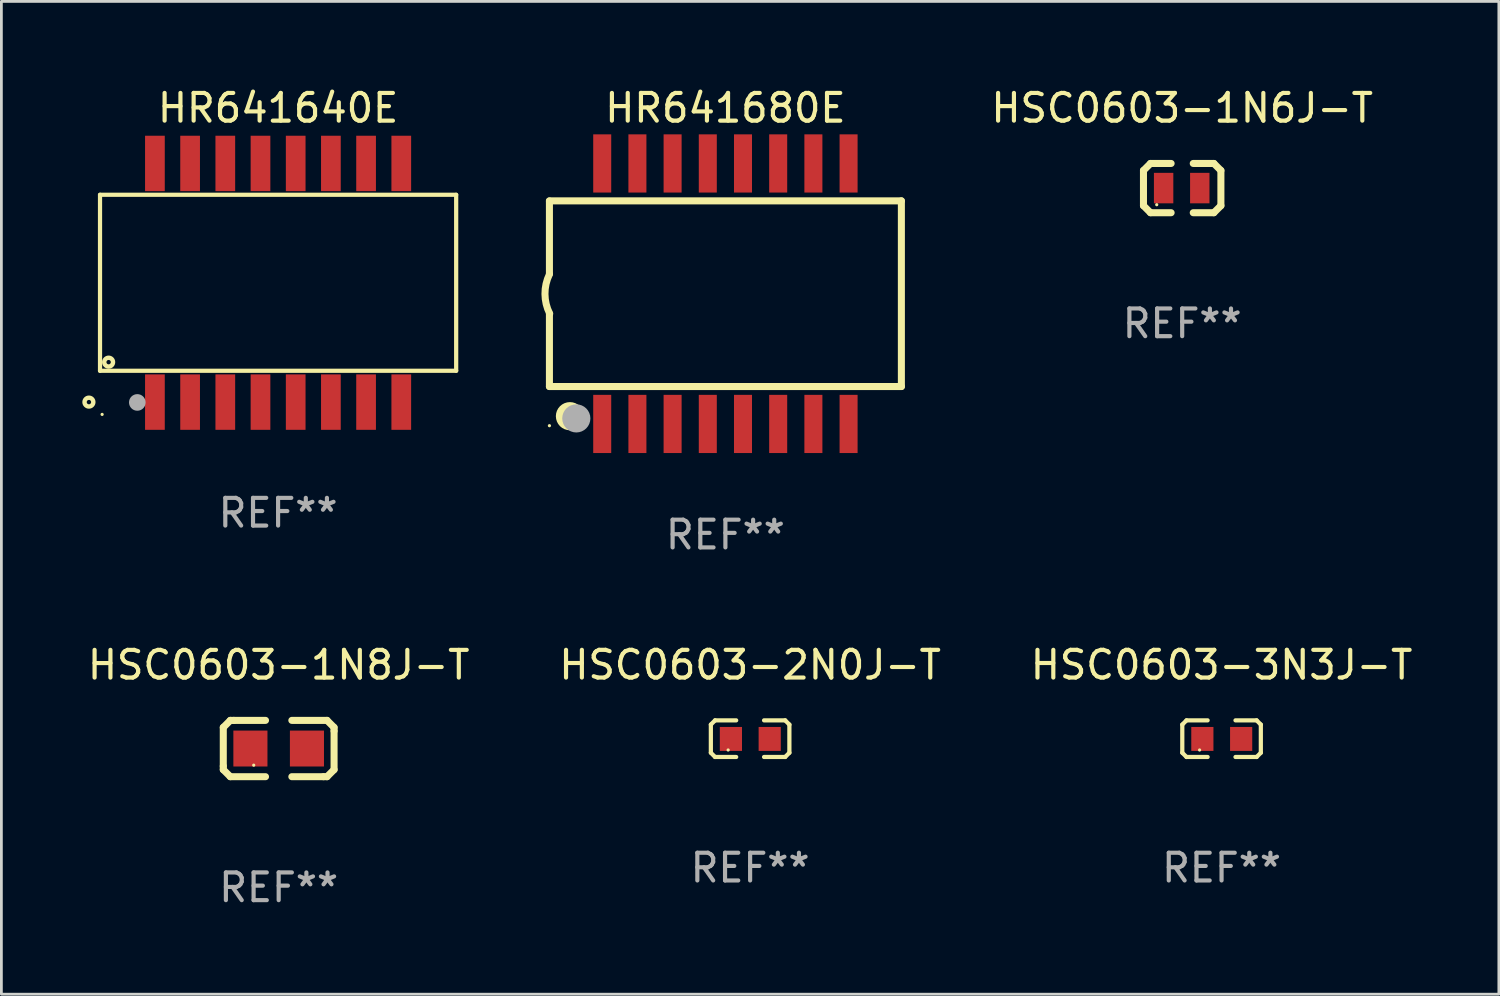
<source format=kicad_pcb>
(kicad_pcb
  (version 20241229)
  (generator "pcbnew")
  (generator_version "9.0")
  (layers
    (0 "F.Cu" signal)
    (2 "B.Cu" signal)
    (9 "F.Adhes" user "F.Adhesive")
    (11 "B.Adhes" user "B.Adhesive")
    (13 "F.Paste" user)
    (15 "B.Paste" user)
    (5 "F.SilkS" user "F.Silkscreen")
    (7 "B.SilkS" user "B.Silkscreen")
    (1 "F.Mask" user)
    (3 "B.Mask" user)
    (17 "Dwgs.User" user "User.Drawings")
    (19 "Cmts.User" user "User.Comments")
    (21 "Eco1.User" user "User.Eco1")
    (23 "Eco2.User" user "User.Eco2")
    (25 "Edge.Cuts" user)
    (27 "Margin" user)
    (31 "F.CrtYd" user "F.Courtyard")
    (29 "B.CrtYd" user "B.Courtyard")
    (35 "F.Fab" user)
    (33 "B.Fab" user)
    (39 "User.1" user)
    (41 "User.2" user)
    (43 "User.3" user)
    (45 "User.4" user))
  (footprint "HR641680E"
    (layer "F.Cu")
    (at 23.126 7.548)
    (property "Reference" "HR641680E" (at 0 -6.7 0) (layer "F.SilkS") (effects (font (size 1 1) (thickness 0.15))))
    (attr through_hole)
    (fp_line (start -6.35 -0.715) (end -6.35 -3.345) (stroke (width 0.254) (type solid)) (layer "F.SilkS"))
    (fp_line (start -6.35 -3.35) (end 6.35 -3.35) (stroke (width 0.254) (type solid)) (layer "F.SilkS"))
    (fp_line (start -6.35 3.35) (end -6.35 0.72) (stroke (width 0.254) (type solid)) (layer "F.SilkS"))
    (fp_line (start -6.35 3.35) (end 6.35 3.35) (stroke (width 0.254) (type solid)) (layer "F.SilkS"))
    (fp_line (start 6.35 3.35) (end 6.35 -3.35) (stroke (width 0.254) (type solid)) (layer "F.SilkS"))
    (fp_arc (start -6.339953 0.720041) (mid -6.510973 0.011213) (end -6.349936 -0.699949) (stroke (width 0.254001) (type solid)) (layer "F.SilkS"))
    (fp_circle (center -6.35 4.763) (end -6.32 4.763) (stroke (width 0.06) (type solid)) (fill no) (layer "F.SilkS"))
    (fp_circle (center -5.61 4.42) (end -5.356 4.42) (stroke (width 0.508) (type solid)) (fill no) (layer "F.SilkS"))
    (fp_circle (center -5.38 4.5) (end -5.126 4.5) (stroke (width 0.508) (type solid)) (fill no) (layer "F.Fab"))
    (fp_text user "REF**" (at 0 8.7 0) (layer "F.Fab") (effects (font (size 1 1) (thickness 0.15))))
    (pad "1" smd rect (at -4.445 4.7 90) (size 2.1 0.65) (layers "F.Cu" "F.Mask" "F.Paste"))
    (pad "2" smd rect (at -3.175 4.7 90) (size 2.1 0.65) (layers "F.Cu" "F.Mask" "F.Paste"))
    (pad "3" smd rect (at -1.905 4.7 90) (size 2.1 0.65) (layers "F.Cu" "F.Mask" "F.Paste"))
    (pad "4" smd rect (at -0.635 4.7 90) (size 2.1 0.65) (layers "F.Cu" "F.Mask" "F.Paste"))
    (pad "5" smd rect (at 0.635 4.7 90) (size 2.1 0.65) (layers "F.Cu" "F.Mask" "F.Paste"))
    (pad "6" smd rect (at 1.905 4.7 90) (size 2.1 0.65) (layers "F.Cu" "F.Mask" "F.Paste"))
    (pad "7" smd rect (at 3.175 4.7 90) (size 2.1 0.65) (layers "F.Cu" "F.Mask" "F.Paste"))
    (pad "8" smd rect (at 4.445 4.7 90) (size 2.1 0.65) (layers "F.Cu" "F.Mask" "F.Paste"))
    (pad "9" smd rect (at 4.445 -4.7 90) (size 2.1 0.65) (layers "F.Cu" "F.Mask" "F.Paste"))
    (pad "10" smd rect (at 3.175 -4.7 90) (size 2.1 0.65) (layers "F.Cu" "F.Mask" "F.Paste"))
    (pad "11" smd rect (at 1.905 -4.7 90) (size 2.1 0.65) (layers "F.Cu" "F.Mask" "F.Paste"))
    (pad "12" smd rect (at 0.635 -4.7 90) (size 2.1 0.65) (layers "F.Cu" "F.Mask" "F.Paste"))
    (pad "13" smd rect (at -0.635 -4.7 90) (size 2.1 0.65) (layers "F.Cu" "F.Mask" "F.Paste"))
    (pad "14" smd rect (at -1.905 -4.7 90) (size 2.1 0.65) (layers "F.Cu" "F.Mask" "F.Paste"))
    (pad "15" smd rect (at -3.175 -4.7 90) (size 2.1 0.65) (layers "F.Cu" "F.Mask" "F.Paste"))
    (pad "16" smd rect (at -4.445 -4.7 90) (size 2.1 0.65) (layers "F.Cu" "F.Mask" "F.Paste")))
  (footprint "HSC0603-1N8J-T"
    (layer "F.Cu")
    (at 7.006 23.961)
    (property "Reference" "HSC0603-1N8J-T" (at 0 -3.016 0) (layer "F.SilkS") (effects (font (size 1 1) (thickness 0.15))))
    (attr through_hole)
    (fp_line (start -1.999 -0.762) (end -1.999 0.635) (stroke (width 0.254) (type solid)) (layer "F.SilkS"))
    (fp_line (start -1.999 0.635) (end -1.999 0.762) (stroke (width 0.254) (type solid)) (layer "F.SilkS"))
    (fp_line (start -1.999 0.762) (end -1.745 1.016) (stroke (width 0.254) (type solid)) (layer "F.SilkS"))
    (fp_line (start -1.745 -1.016) (end -1.999 -0.762) (stroke (width 0.254) (type solid)) (layer "F.SilkS"))
    (fp_line (start -1.745 1.016) (end -0.475 1.016) (stroke (width 0.254) (type solid)) (layer "F.SilkS"))
    (fp_line (start -1.618 -1.016) (end -1.745 -1.016) (stroke (width 0.254) (type solid)) (layer "F.SilkS"))
    (fp_line (start -0.475 -1.016) (end -1.618 -1.016) (stroke (width 0.254) (type solid)) (layer "F.SilkS"))
    (fp_line (start 0.475 1.016) (end 1.618 1.016) (stroke (width 0.254) (type solid)) (layer "F.SilkS"))
    (fp_line (start 1.618 1.016) (end 1.745 1.016) (stroke (width 0.254) (type solid)) (layer "F.SilkS"))
    (fp_line (start 1.745 -1.016) (end 0.475 -1.016) (stroke (width 0.254) (type solid)) (layer "F.SilkS"))
    (fp_line (start 1.745 1.016) (end 1.999 0.762) (stroke (width 0.254) (type solid)) (layer "F.SilkS"))
    (fp_line (start 1.999 -0.762) (end 1.745 -1.016) (stroke (width 0.254) (type solid)) (layer "F.SilkS"))
    (fp_line (start 1.999 -0.635) (end 1.999 -0.762) (stroke (width 0.254) (type solid)) (layer "F.SilkS"))
    (fp_line (start 1.999 0.762) (end 1.999 -0.635) (stroke (width 0.254) (type solid)) (layer "F.SilkS"))
    (fp_circle (center -0.9 0.6) (end -0.87 0.6) (stroke (width 0.06) (type solid)) (fill no) (layer "F.SilkS"))
    (fp_text user "REF**" (at 0 5.016 0) (layer "F.Fab") (effects (font (size 1 1) (thickness 0.15))))
    (pad "1" smd rect (at -1.02 0) (size 1.23 1.296) (layers "F.Cu" "F.Mask" "F.Paste"))
    (pad "2" smd rect (at 1.02 0) (size 1.23 1.296) (layers "F.Cu" "F.Mask" "F.Paste")))
  (footprint "HSC0603-1N6J-T"
    (layer "F.Cu")
    (at 39.609 3.737)
    (property "Reference" "HSC0603-1N6J-T" (at 0 -2.889 0) (layer "F.SilkS") (effects (font (size 1 1) (thickness 0.15))))
    (attr through_hole)
    (fp_line (start -1.397 -0.635) (end -1.397 0.635) (stroke (width 0.254) (type solid)) (layer "F.SilkS"))
    (fp_line (start -1.397 0.635) (end -1.143 0.889) (stroke (width 0.254) (type solid)) (layer "F.SilkS"))
    (fp_line (start -1.143 -0.889) (end -1.397 -0.635) (stroke (width 0.254) (type solid)) (layer "F.SilkS"))
    (fp_line (start -1.143 -0.889) (end -0.399 -0.889) (stroke (width 0.254) (type solid)) (layer "F.SilkS"))
    (fp_line (start -1.143 0.889) (end -0.399 0.889) (stroke (width 0.254) (type solid)) (layer "F.SilkS"))
    (fp_line (start 1.143 -0.889) (end 0.399 -0.889) (stroke (width 0.254) (type solid)) (layer "F.SilkS"))
    (fp_line (start 1.143 0.889) (end 0.399 0.889) (stroke (width 0.254) (type solid)) (layer "F.SilkS"))
    (fp_line (start 1.143 0.889) (end 1.397 0.635) (stroke (width 0.254) (type solid)) (layer "F.SilkS"))
    (fp_line (start 1.397 -0.635) (end 1.143 -0.889) (stroke (width 0.254) (type solid)) (layer "F.SilkS"))
    (fp_line (start 1.397 0.635) (end 1.397 -0.635) (stroke (width 0.254) (type solid)) (layer "F.SilkS"))
    (fp_circle (center -0.918 0.6) (end -0.888 0.6) (stroke (width 0.06) (type solid)) (fill no) (layer "F.SilkS"))
    (fp_text user "REF**" (at 0 4.889 0) (layer "F.Fab") (effects (font (size 1 1) (thickness 0.15))))
    (pad "1" smd rect (at -0.67 0) (size 0.7 1.1) (layers "F.Cu" "F.Mask" "F.Paste"))
    (pad "2" smd rect (at 0.635 0) (size 0.7 1.1) (layers "F.Cu" "F.Mask" "F.Paste")))
  (footprint "HR641640E"
    (layer "F.Cu")
    (at 6.985 7.154)
    (property "Reference" "HR641640E" (at 0 -6.306 0) (layer "F.SilkS") (effects (font (size 1 1) (thickness 0.15))))
    (attr through_hole)
    (fp_line (start -6.426 -3.175) (end 6.426 -3.175) (stroke (width 0.152) (type solid)) (layer "F.SilkS"))
    (fp_line (start -6.426 3.175) (end -6.426 -3.175) (stroke (width 0.152) (type solid)) (layer "F.SilkS"))
    (fp_line (start 6.426 -3.175) (end 6.426 3.175) (stroke (width 0.152) (type solid)) (layer "F.SilkS"))
    (fp_line (start 6.426 3.175) (end -6.426 3.175) (stroke (width 0.152) (type solid)) (layer "F.SilkS"))
    (fp_circle (center -6.826 4.306) (end -6.747 4.306) (stroke (width 0.159) (type solid)) (fill no) (layer "F.SilkS"))
    (fp_circle (center -6.35 4.75) (end -6.32 4.75) (stroke (width 0.06) (type solid)) (fill no) (layer "F.SilkS"))
    (fp_circle (center -6.115 2.864) (end -6.036 2.864) (stroke (width 0.159) (type solid)) (fill no) (layer "F.SilkS"))
    (fp_circle (center -5.08 4.318) (end -4.93 4.318) (stroke (width 0.3) (type solid)) (fill no) (layer "F.Fab"))
    (fp_text user "REF**" (at 0 8.306 0) (layer "F.Fab") (effects (font (size 1 1) (thickness 0.15))))
    (pad "1" smd rect (at -4.445 4.306) (size 0.711 2) (layers "F.Cu" "F.Mask" "F.Paste"))
    (pad "2" smd rect (at -3.175 4.306) (size 0.711 2) (layers "F.Cu" "F.Mask" "F.Paste"))
    (pad "3" smd rect (at -1.905 4.306) (size 0.711 2) (layers "F.Cu" "F.Mask" "F.Paste"))
    (pad "4" smd rect (at -0.635 4.306) (size 0.711 2) (layers "F.Cu" "F.Mask" "F.Paste"))
    (pad "5" smd rect (at 0.635 4.306) (size 0.711 2) (layers "F.Cu" "F.Mask" "F.Paste"))
    (pad "6" smd rect (at 1.905 4.306) (size 0.711 2) (layers "F.Cu" "F.Mask" "F.Paste"))
    (pad "7" smd rect (at 3.175 4.306) (size 0.711 2) (layers "F.Cu" "F.Mask" "F.Paste"))
    (pad "8" smd rect (at 4.445 4.306) (size 0.711 2) (layers "F.Cu" "F.Mask" "F.Paste"))
    (pad "9" smd rect (at 4.445 -4.306) (size 0.711 2) (layers "F.Cu" "F.Mask" "F.Paste"))
    (pad "10" smd rect (at 3.175 -4.306) (size 0.711 2) (layers "F.Cu" "F.Mask" "F.Paste"))
    (pad "11" smd rect (at 1.905 -4.306) (size 0.711 2) (layers "F.Cu" "F.Mask" "F.Paste"))
    (pad "12" smd rect (at 0.635 -4.306) (size 0.711 2) (layers "F.Cu" "F.Mask" "F.Paste"))
    (pad "13" smd rect (at -0.635 -4.306) (size 0.711 2) (layers "F.Cu" "F.Mask" "F.Paste"))
    (pad "14" smd rect (at -1.905 -4.306) (size 0.711 2) (layers "F.Cu" "F.Mask" "F.Paste"))
    (pad "15" smd rect (at -3.175 -4.306) (size 0.711 2) (layers "F.Cu" "F.Mask" "F.Paste"))
    (pad "16" smd rect (at -4.445 -4.306) (size 0.711 2) (layers "F.Cu" "F.Mask" "F.Paste")))
  (footprint "HSC0603-2N0J-T"
    (layer "F.Cu")
    (at 24.018 23.605)
    (property "Reference" "HSC0603-2N0J-T" (at 0 -2.661 0) (layer "F.SilkS") (effects (font (size 1 1) (thickness 0.15))))
    (attr through_hole)
    (fp_line (start -1.417 -0.508) (end -1.265 -0.661) (stroke (width 0.152) (type solid)) (layer "F.SilkS"))
    (fp_line (start -1.417 0.508) (end -1.417 -0.508) (stroke (width 0.152) (type solid)) (layer "F.SilkS"))
    (fp_line (start -1.265 -0.661) (end -0.503 -0.661) (stroke (width 0.152) (type solid)) (layer "F.SilkS"))
    (fp_line (start -1.265 0.661) (end -1.417 0.508) (stroke (width 0.152) (type solid)) (layer "F.SilkS"))
    (fp_line (start -1.265 0.661) (end -0.503 0.661) (stroke (width 0.152) (type solid)) (layer "F.SilkS"))
    (fp_line (start 1.265 -0.661) (end 0.503 -0.661) (stroke (width 0.152) (type solid)) (layer "F.SilkS"))
    (fp_line (start 1.265 -0.661) (end 1.417 -0.508) (stroke (width 0.152) (type solid)) (layer "F.SilkS"))
    (fp_line (start 1.265 0.661) (end 0.503 0.661) (stroke (width 0.152) (type solid)) (layer "F.SilkS"))
    (fp_line (start 1.417 -0.508) (end 1.417 0.508) (stroke (width 0.152) (type solid)) (layer "F.SilkS"))
    (fp_line (start 1.417 0.508) (end 1.265 0.661) (stroke (width 0.152) (type solid)) (layer "F.SilkS"))
    (fp_circle (center -0.793 0.409) (end -0.763 0.409) (stroke (width 0.06) (type solid)) (fill no) (layer "F.SilkS"))
    (fp_text user "REF**" (at 0 4.661 0) (layer "F.Fab") (effects (font (size 1 1) (thickness 0.15))))
    (pad "1" smd rect (at -0.693 0.009 180) (size 0.8 0.864) (layers "F.Cu" "F.Mask" "F.Paste"))
    (pad "2" smd rect (at 0.707 0.009 180) (size 0.8 0.864) (layers "F.Cu" "F.Mask" "F.Paste")))
  (footprint "HSC0603-3N3J-T"
    (layer "F.Cu")
    (at 41.03 23.605)
    (property "Reference" "HSC0603-3N3J-T" (at 0 -2.661 0) (layer "F.SilkS") (effects (font (size 1 1) (thickness 0.15))))
    (attr through_hole)
    (fp_line (start -1.417 -0.508) (end -1.265 -0.661) (stroke (width 0.152) (type solid)) (layer "F.SilkS"))
    (fp_line (start -1.417 0.508) (end -1.417 -0.508) (stroke (width 0.152) (type solid)) (layer "F.SilkS"))
    (fp_line (start -1.265 -0.661) (end -0.503 -0.661) (stroke (width 0.152) (type solid)) (layer "F.SilkS"))
    (fp_line (start -1.265 0.661) (end -1.417 0.508) (stroke (width 0.152) (type solid)) (layer "F.SilkS"))
    (fp_line (start -1.265 0.661) (end -0.503 0.661) (stroke (width 0.152) (type solid)) (layer "F.SilkS"))
    (fp_line (start 1.265 -0.661) (end 0.503 -0.661) (stroke (width 0.152) (type solid)) (layer "F.SilkS"))
    (fp_line (start 1.265 -0.661) (end 1.417 -0.508) (stroke (width 0.152) (type solid)) (layer "F.SilkS"))
    (fp_line (start 1.265 0.661) (end 0.503 0.661) (stroke (width 0.152) (type solid)) (layer "F.SilkS"))
    (fp_line (start 1.417 -0.508) (end 1.417 0.508) (stroke (width 0.152) (type solid)) (layer "F.SilkS"))
    (fp_line (start 1.417 0.508) (end 1.265 0.661) (stroke (width 0.152) (type solid)) (layer "F.SilkS"))
    (fp_circle (center -0.793 0.409) (end -0.763 0.409) (stroke (width 0.06) (type solid)) (fill no) (layer "F.SilkS"))
    (fp_text user "REF**" (at 0 4.661 0) (layer "F.Fab") (effects (font (size 1 1) (thickness 0.15))))
    (pad "1" smd rect (at -0.693 0.009 180) (size 0.8 0.864) (layers "F.Cu" "F.Mask" "F.Paste"))
    (pad "2" smd rect (at 0.707 0.009 180) (size 0.8 0.864) (layers "F.Cu" "F.Mask" "F.Paste")))
  (gr_rect
    (start -3 -3)
    (end 51.036 32.825)
    (stroke (width 0.1) (type default))
    (fill no)
    (layer "Edge.Cuts")))
</source>
